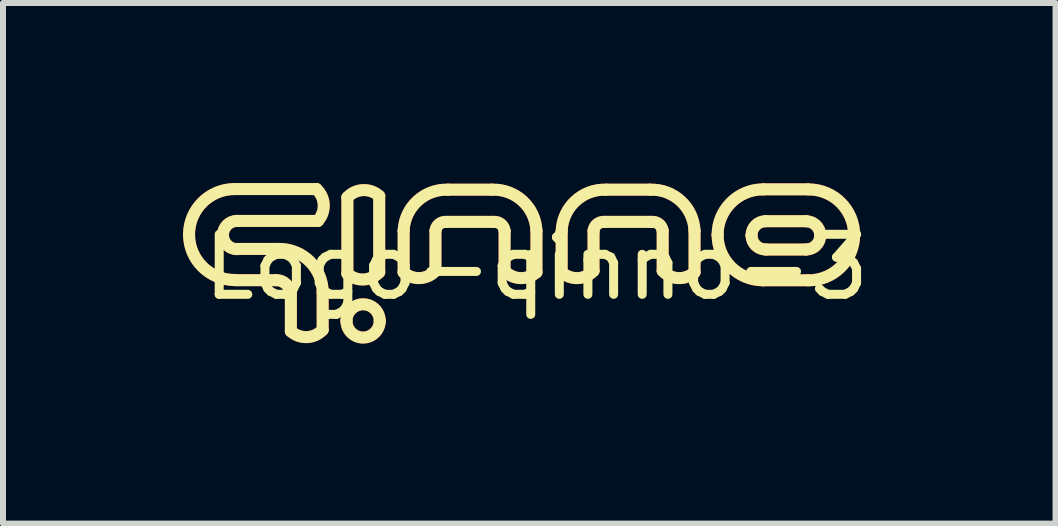
<source format=kicad_pcb>
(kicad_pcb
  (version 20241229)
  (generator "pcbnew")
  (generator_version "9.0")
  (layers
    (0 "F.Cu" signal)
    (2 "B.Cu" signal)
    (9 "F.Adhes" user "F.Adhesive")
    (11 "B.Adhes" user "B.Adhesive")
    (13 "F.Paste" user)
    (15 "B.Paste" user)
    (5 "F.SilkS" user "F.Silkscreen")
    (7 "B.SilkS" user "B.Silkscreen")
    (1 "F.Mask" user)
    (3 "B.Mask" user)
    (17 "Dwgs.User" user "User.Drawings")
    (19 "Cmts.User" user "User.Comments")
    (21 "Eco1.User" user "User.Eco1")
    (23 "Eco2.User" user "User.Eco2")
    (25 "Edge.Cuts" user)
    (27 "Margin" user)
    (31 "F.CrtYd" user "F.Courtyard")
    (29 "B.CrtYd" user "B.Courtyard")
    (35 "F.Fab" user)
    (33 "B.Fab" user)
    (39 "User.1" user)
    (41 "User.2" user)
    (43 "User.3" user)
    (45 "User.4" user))
  (footprint "Logo-qinno-3"
    (layer "F.Cu")
    (at 5.879 1.399)
    (property "Reference" "Logo-qinno-3" (at 0.009 0 0) (unlocked yes) (layer "F.SilkS") (effects (font (size 1 1) (thickness 0.15))))
    (attr exclude_from_pos_files exclude_from_bom)
    (fp_line (start -5.022 0.219) (end -4.325 0.219) (stroke (width 0.2) (type solid)) (layer "F.Cu"))
    (fp_line (start -5.011 -1.299) (end -3.657 -1.299) (stroke (width 0.2) (type solid)) (layer "F.Cu"))
    (fp_line (start -4.988 -0.302) (end -4.277 -0.302) (stroke (width 0.2) (type solid)) (layer "F.Cu"))
    (fp_line (start -4.988 -0.768) (end -3.633 -0.768) (stroke (width 0.2) (type solid)) (layer "F.Cu"))
    (fp_line (start -4.083 1.07) (end -4.083 0.423) (stroke (width 0.2) (type solid)) (layer "F.Cu"))
    (fp_line (start -3.553 1.046) (end -3.553 0.423) (stroke (width 0.2) (type solid)) (layer "F.Cu"))
    (fp_line (start -3.141 0.11) (end -3.141 -1.16) (stroke (width 0.2) (type solid)) (layer "F.Cu"))
    (fp_line (start -2.611 0.086) (end -2.611 -1.183) (stroke (width 0.2) (type solid)) (layer "F.Cu"))
    (fp_line (start -2.204 0.087) (end -2.204 -0.602) (stroke (width 0.2) (type solid)) (layer "F.Cu"))
    (fp_line (start -1.674 0.063) (end -1.674 -0.602) (stroke (width 0.2) (type solid)) (layer "F.Cu"))
    (fp_line (start -1.49 -0.752) (end -0.705 -0.752) (stroke (width 0.2) (type solid)) (layer "F.Cu"))
    (fp_line (start -1.465 -1.289) (end -0.731 -1.289) (stroke (width 0.2) (type solid)) (layer "F.Cu"))
    (fp_line (start -0.522 0.063) (end -0.522 -0.602) (stroke (width 0.2) (type solid)) (layer "F.Cu"))
    (fp_line (start 0.009 0.087) (end 0.009 -0.602) (stroke (width 0.2) (type solid)) (layer "F.Cu"))
    (fp_line (start 0.429 0.086) (end 0.429 -0.602) (stroke (width 0.2) (type solid)) (layer "F.Cu"))
    (fp_line (start 0.96 0.063) (end 0.96 -0.602) (stroke (width 0.2) (type solid)) (layer "F.Cu"))
    (fp_line (start 1.144 -0.752) (end 1.928 -0.752) (stroke (width 0.2) (type solid)) (layer "F.Cu"))
    (fp_line (start 1.169 -1.289) (end 1.903 -1.289) (stroke (width 0.2) (type solid)) (layer "F.Cu"))
    (fp_line (start 2.112 0.063) (end 2.112 -0.602) (stroke (width 0.2) (type solid)) (layer "F.Cu"))
    (fp_line (start 2.643 0.086) (end 2.643 -0.602) (stroke (width 0.2) (type solid)) (layer "F.Cu"))
    (fp_line (start 3.785 0.221) (end 4.521 0.221) (stroke (width 0.2) (type solid)) (layer "F.Cu"))
    (fp_line (start 3.795 -1.294) (end 4.532 -1.294) (stroke (width 0.2) (type solid)) (layer "F.Cu"))
    (fp_line (start 3.828 -0.763) (end 4.501 -0.763) (stroke (width 0.2) (type solid)) (layer "F.Cu"))
    (fp_line (start 3.828 -0.292) (end 4.501 -0.292) (stroke (width 0.2) (type solid)) (layer "F.Cu"))
    (fp_arc (start -5.779341 -0.541426) (mid -5.557494 -1.077012) (end -5.021908 -1.298859) (stroke (width 0.2) (type solid)) (layer "F.Cu"))
    (fp_arc (start -5.214435 -0.53294) (mid -5.145446 -0.699493) (end -4.978893 -0.768481) (stroke (width 0.2) (type solid)) (layer "F.Cu"))
    (fp_arc (start -5.021908 0.216007) (mid -5.557494 -0.00584) (end -5.779341 -0.541426) (stroke (width 0.2) (type solid)) (layer "F.Cu"))
    (fp_arc (start -4.978909 -0.297398) (mid -5.145462 -0.366387) (end -5.214451 -0.53294) (stroke (width 0.2) (type solid)) (layer "F.Cu"))
    (fp_arc (start -4.325268 0.218654) (mid -4.158715 0.287643) (end -4.089726 0.454196) (stroke (width 0.2) (type solid)) (layer "F.Cu"))
    (fp_arc (start -4.277206 -0.302038) (mid -3.764789 -0.089788) (end -3.552539 0.422629) (stroke (width 0.2) (type solid)) (layer "F.Cu"))
    (fp_arc (start -3.656833 -1.298785) (mid -3.535218 -1.038415) (end -3.633333 -0.768311) (stroke (width 0.2) (type solid)) (layer "F.Cu"))
    (fp_arc (start -3.552539 1.046145) (mid -3.812909 1.16776) (end -4.083013 1.069645) (stroke (width 0.2) (type solid)) (layer "F.Cu"))
    (fp_arc (start -3.156276 0.898013) (mid -2.879284 0.621021) (end -2.602292 0.898013) (stroke (width 0.2) (type solid)) (layer "F.Cu"))
    (fp_arc (start -3.141102 -1.159982) (mid -2.880733 -1.281597) (end -2.610629 -1.183482) (stroke (width 0.2) (type solid)) (layer "F.Cu"))
    (fp_arc (start -2.610631 0.086015) (mid -2.871001 0.20763) (end -3.141105 0.109515) (stroke (width 0.2) (type solid)) (layer "F.Cu"))
    (fp_arc (start -2.602292 0.898013) (mid -2.879284 1.175005) (end -3.156276 0.898013) (stroke (width 0.2) (type solid)) (layer "F.Cu"))
    (fp_arc (start -2.204345 -0.602228) (mid -1.97681 -1.098495) (end -1.465005 -1.288518) (stroke (width 0.2) (type solid)) (layer "F.Cu"))
    (fp_arc (start -1.673871 -0.601989) (mid -1.613 -0.714879) (end -1.490133 -0.751662) (stroke (width 0.2) (type solid)) (layer "F.Cu"))
    (fp_arc (start -1.673871 0.063016) (mid -1.934241 0.184631) (end -2.204345 0.086516) (stroke (width 0.2) (type solid)) (layer "F.Cu"))
    (fp_arc (start -0.730571 -1.288518) (mid -0.218766 -1.098495) (end 0.008769 -0.602228) (stroke (width 0.2) (type solid)) (layer "F.Cu"))
    (fp_arc (start -0.705443 -0.751662) (mid -0.582575 -0.714879) (end -0.521705 -0.601989) (stroke (width 0.2) (type solid)) (layer "F.Cu"))
    (fp_arc (start 0.008769 0.086516) (mid -0.261335 0.184631) (end -0.521705 0.063016) (stroke (width 0.2) (type solid)) (layer "F.Cu"))
    (fp_arc (start 0.42948 -0.602259) (mid 0.657015 -1.098526) (end 1.16882 -1.288549) (stroke (width 0.2) (type solid)) (layer "F.Cu"))
    (fp_arc (start 0.959954 -0.60202) (mid 1.020825 -0.714909) (end 1.143692 -0.751692) (stroke (width 0.2) (type solid)) (layer "F.Cu"))
    (fp_arc (start 0.959954 0.062985) (mid 0.699584 0.1846) (end 0.42948 0.086485) (stroke (width 0.2) (type solid)) (layer "F.Cu"))
    (fp_arc (start 1.903254 -1.288549) (mid 2.415059 -1.098526) (end 2.642594 -0.602259) (stroke (width 0.2) (type solid)) (layer "F.Cu"))
    (fp_arc (start 1.928382 -0.751692) (mid 2.051249 -0.714909) (end 2.11212 -0.60202) (stroke (width 0.2) (type solid)) (layer "F.Cu"))
    (fp_arc (start 2.642594 0.086485) (mid 2.37249 0.1846) (end 2.11212 0.062985) (stroke (width 0.2) (type solid)) (layer "F.Cu"))
    (fp_arc (start 3.027328 -0.536376) (mid 3.249175 -1.071962) (end 3.784761 -1.293809) (stroke (width 0.2) (type solid)) (layer "F.Cu"))
    (fp_arc (start 3.592234 -0.52789) (mid 3.661223 -0.694443) (end 3.827776 -0.763432) (stroke (width 0.2) (type solid)) (layer "F.Cu"))
    (fp_arc (start 3.784761 0.221057) (mid 3.249175 -0.00079) (end 3.027328 -0.536376) (stroke (width 0.2) (type solid)) (layer "F.Cu"))
    (fp_arc (start 3.827776 -0.292348) (mid 3.661223 -0.361337) (end 3.592234 -0.52789) (stroke (width 0.2) (type solid)) (layer "F.Cu"))
    (fp_arc (start 4.501399 -0.762642) (mid 4.667952 -0.693653) (end 4.736941 -0.5271) (stroke (width 0.2) (type solid)) (layer "F.Cu"))
    (fp_arc (start 4.544414 -1.293019) (mid 5.08 -1.071172) (end 5.301847 -0.535586) (stroke (width 0.2) (type solid)) (layer "F.Cu"))
    (fp_arc (start 4.736941 -0.5271) (mid 4.667952 -0.360547) (end 4.501399 -0.291558) (stroke (width 0.2) (type solid)) (layer "F.Cu"))
    (fp_arc (start 5.301847 -0.535586) (mid 5.08 0) (end 4.544414 0.221847) (stroke (width 0.2) (type solid)) (layer "F.Cu"))
    (fp_line (start -5.022 0.219) (end -4.325 0.219) (stroke (width 0.2) (type solid)) (layer "F.SilkS"))
    (fp_line (start -5.011 -1.299) (end -3.657 -1.299) (stroke (width 0.2) (type solid)) (layer "F.SilkS"))
    (fp_line (start -4.988 -0.302) (end -4.277 -0.302) (stroke (width 0.2) (type solid)) (layer "F.SilkS"))
    (fp_line (start -4.988 -0.768) (end -3.633 -0.768) (stroke (width 0.2) (type solid)) (layer "F.SilkS"))
    (fp_line (start -4.083 1.07) (end -4.083 0.423) (stroke (width 0.2) (type solid)) (layer "F.SilkS"))
    (fp_line (start -3.553 1.046) (end -3.553 0.423) (stroke (width 0.2) (type solid)) (layer "F.SilkS"))
    (fp_line (start -3.141 0.11) (end -3.141 -1.16) (stroke (width 0.2) (type solid)) (layer "F.SilkS"))
    (fp_line (start -2.611 0.086) (end -2.611 -1.183) (stroke (width 0.2) (type solid)) (layer "F.SilkS"))
    (fp_line (start -2.204 0.087) (end -2.204 -0.602) (stroke (width 0.2) (type solid)) (layer "F.SilkS"))
    (fp_line (start -1.674 0.063) (end -1.674 -0.602) (stroke (width 0.2) (type solid)) (layer "F.SilkS"))
    (fp_line (start -1.49 -0.752) (end -0.705 -0.752) (stroke (width 0.2) (type solid)) (layer "F.SilkS"))
    (fp_line (start -1.465 -1.289) (end -0.731 -1.289) (stroke (width 0.2) (type solid)) (layer "F.SilkS"))
    (fp_line (start -0.522 0.063) (end -0.522 -0.602) (stroke (width 0.2) (type solid)) (layer "F.SilkS"))
    (fp_line (start 0.009 0.087) (end 0.009 -0.602) (stroke (width 0.2) (type solid)) (layer "F.SilkS"))
    (fp_line (start 0.429 0.086) (end 0.429 -0.602) (stroke (width 0.2) (type solid)) (layer "F.SilkS"))
    (fp_line (start 0.96 0.063) (end 0.96 -0.602) (stroke (width 0.2) (type solid)) (layer "F.SilkS"))
    (fp_line (start 1.144 -0.752) (end 1.928 -0.752) (stroke (width 0.2) (type solid)) (layer "F.SilkS"))
    (fp_line (start 1.169 -1.289) (end 1.903 -1.289) (stroke (width 0.2) (type solid)) (layer "F.SilkS"))
    (fp_line (start 2.112 0.063) (end 2.112 -0.602) (stroke (width 0.2) (type solid)) (layer "F.SilkS"))
    (fp_line (start 2.643 0.086) (end 2.643 -0.602) (stroke (width 0.2) (type solid)) (layer "F.SilkS"))
    (fp_line (start 3.785 0.221) (end 4.521 0.221) (stroke (width 0.2) (type solid)) (layer "F.SilkS"))
    (fp_line (start 3.795 -1.294) (end 4.532 -1.294) (stroke (width 0.2) (type solid)) (layer "F.SilkS"))
    (fp_line (start 3.828 -0.763) (end 4.501 -0.763) (stroke (width 0.2) (type solid)) (layer "F.SilkS"))
    (fp_line (start 3.828 -0.292) (end 4.501 -0.292) (stroke (width 0.2) (type solid)) (layer "F.SilkS"))
    (fp_arc (start -5.779341 -0.541426) (mid -5.557494 -1.077012) (end -5.021908 -1.298859) (stroke (width 0.2) (type solid)) (layer "F.SilkS"))
    (fp_arc (start -5.214435 -0.53294) (mid -5.145446 -0.699493) (end -4.978893 -0.768481) (stroke (width 0.2) (type solid)) (layer "F.SilkS"))
    (fp_arc (start -5.021908 0.216007) (mid -5.557494 -0.00584) (end -5.779341 -0.541426) (stroke (width 0.2) (type solid)) (layer "F.SilkS"))
    (fp_arc (start -4.978909 -0.297398) (mid -5.145462 -0.366387) (end -5.214451 -0.53294) (stroke (width 0.2) (type solid)) (layer "F.SilkS"))
    (fp_arc (start -4.325268 0.218654) (mid -4.158715 0.287643) (end -4.089726 0.454196) (stroke (width 0.2) (type solid)) (layer "F.SilkS"))
    (fp_arc (start -4.277206 -0.302038) (mid -3.764789 -0.089788) (end -3.552539 0.422629) (stroke (width 0.2) (type solid)) (layer "F.SilkS"))
    (fp_arc (start -3.656833 -1.298785) (mid -3.535218 -1.038415) (end -3.633333 -0.768311) (stroke (width 0.2) (type solid)) (layer "F.SilkS"))
    (fp_arc (start -3.552539 1.046145) (mid -3.812909 1.16776) (end -4.083013 1.069645) (stroke (width 0.2) (type solid)) (layer "F.SilkS"))
    (fp_arc (start -3.156276 0.898013) (mid -2.879284 0.621021) (end -2.602292 0.898013) (stroke (width 0.2) (type solid)) (layer "F.SilkS"))
    (fp_arc (start -3.141102 -1.159982) (mid -2.880732 -1.281596) (end -2.610629 -1.183482) (stroke (width 0.2) (type solid)) (layer "F.SilkS"))
    (fp_arc (start -2.610631 0.086015) (mid -2.871001 0.20763) (end -3.141105 0.109515) (stroke (width 0.2) (type solid)) (layer "F.SilkS"))
    (fp_arc (start -2.602292 0.898013) (mid -2.879284 1.175005) (end -3.156276 0.898013) (stroke (width 0.2) (type solid)) (layer "F.SilkS"))
    (fp_arc (start -2.204345 -0.602228) (mid -1.97681 -1.098495) (end -1.465005 -1.288518) (stroke (width 0.2) (type solid)) (layer "F.SilkS"))
    (fp_arc (start -1.673871 -0.601989) (mid -1.613 -0.714879) (end -1.490133 -0.751662) (stroke (width 0.2) (type solid)) (layer "F.SilkS"))
    (fp_arc (start -1.673871 0.063016) (mid -1.934241 0.184631) (end -2.204345 0.086516) (stroke (width 0.2) (type solid)) (layer "F.SilkS"))
    (fp_arc (start -0.730571 -1.288518) (mid -0.218766 -1.098495) (end 0.008769 -0.602228) (stroke (width 0.2) (type solid)) (layer "F.SilkS"))
    (fp_arc (start -0.705443 -0.751662) (mid -0.582576 -0.714879) (end -0.521705 -0.601989) (stroke (width 0.2) (type solid)) (layer "F.SilkS"))
    (fp_arc (start 0.008769 0.086516) (mid -0.261335 0.184631) (end -0.521705 0.063016) (stroke (width 0.2) (type solid)) (layer "F.SilkS"))
    (fp_arc (start 0.42948 -0.602259) (mid 0.657015 -1.098526) (end 1.16882 -1.288549) (stroke (width 0.2) (type solid)) (layer "F.SilkS"))
    (fp_arc (start 0.959954 -0.60202) (mid 1.020825 -0.714909) (end 1.143692 -0.751692) (stroke (width 0.2) (type solid)) (layer "F.SilkS"))
    (fp_arc (start 0.959954 0.062985) (mid 0.699584 0.1846) (end 0.42948 0.086485) (stroke (width 0.2) (type solid)) (layer "F.SilkS"))
    (fp_arc (start 1.903254 -1.288549) (mid 2.415059 -1.098526) (end 2.642594 -0.602259) (stroke (width 0.2) (type solid)) (layer "F.SilkS"))
    (fp_arc (start 1.928382 -0.751692) (mid 2.051249 -0.714909) (end 2.11212 -0.60202) (stroke (width 0.2) (type solid)) (layer "F.SilkS"))
    (fp_arc (start 2.642594 0.086485) (mid 2.37249 0.1846) (end 2.11212 0.062985) (stroke (width 0.2) (type solid)) (layer "F.SilkS"))
    (fp_arc (start 3.027328 -0.536376) (mid 3.249175 -1.071962) (end 3.784761 -1.293809) (stroke (width 0.2) (type solid)) (layer "F.SilkS"))
    (fp_arc (start 3.592234 -0.52789) (mid 3.661223 -0.694443) (end 3.827776 -0.763432) (stroke (width 0.2) (type solid)) (layer "F.SilkS"))
    (fp_arc (start 3.784761 0.221057) (mid 3.249175 -0.00079) (end 3.027328 -0.536376) (stroke (width 0.2) (type solid)) (layer "F.SilkS"))
    (fp_arc (start 3.827776 -0.292348) (mid 3.661223 -0.361337) (end 3.592234 -0.52789) (stroke (width 0.2) (type solid)) (layer "F.SilkS"))
    (fp_arc (start 4.501399 -0.762642) (mid 4.667952 -0.693653) (end 4.736941 -0.5271) (stroke (width 0.2) (type solid)) (layer "F.SilkS"))
    (fp_arc (start 4.544414 -1.293019) (mid 5.08 -1.071172) (end 5.301847 -0.535586) (stroke (width 0.2) (type solid)) (layer "F.SilkS"))
    (fp_arc (start 4.736941 -0.5271) (mid 4.667952 -0.360547) (end 4.501399 -0.291558) (stroke (width 0.2) (type solid)) (layer "F.SilkS"))
    (fp_arc (start 5.301847 -0.535586) (mid 5.08 0) (end 4.544414 0.221847) (stroke (width 0.2) (type solid)) (layer "F.SilkS")))
  (gr_rect
    (start -3 -3)
    (end 14.537 5.674)
    (stroke (width 0.1) (type default))
    (fill no)
    (layer "Edge.Cuts")))
</source>
